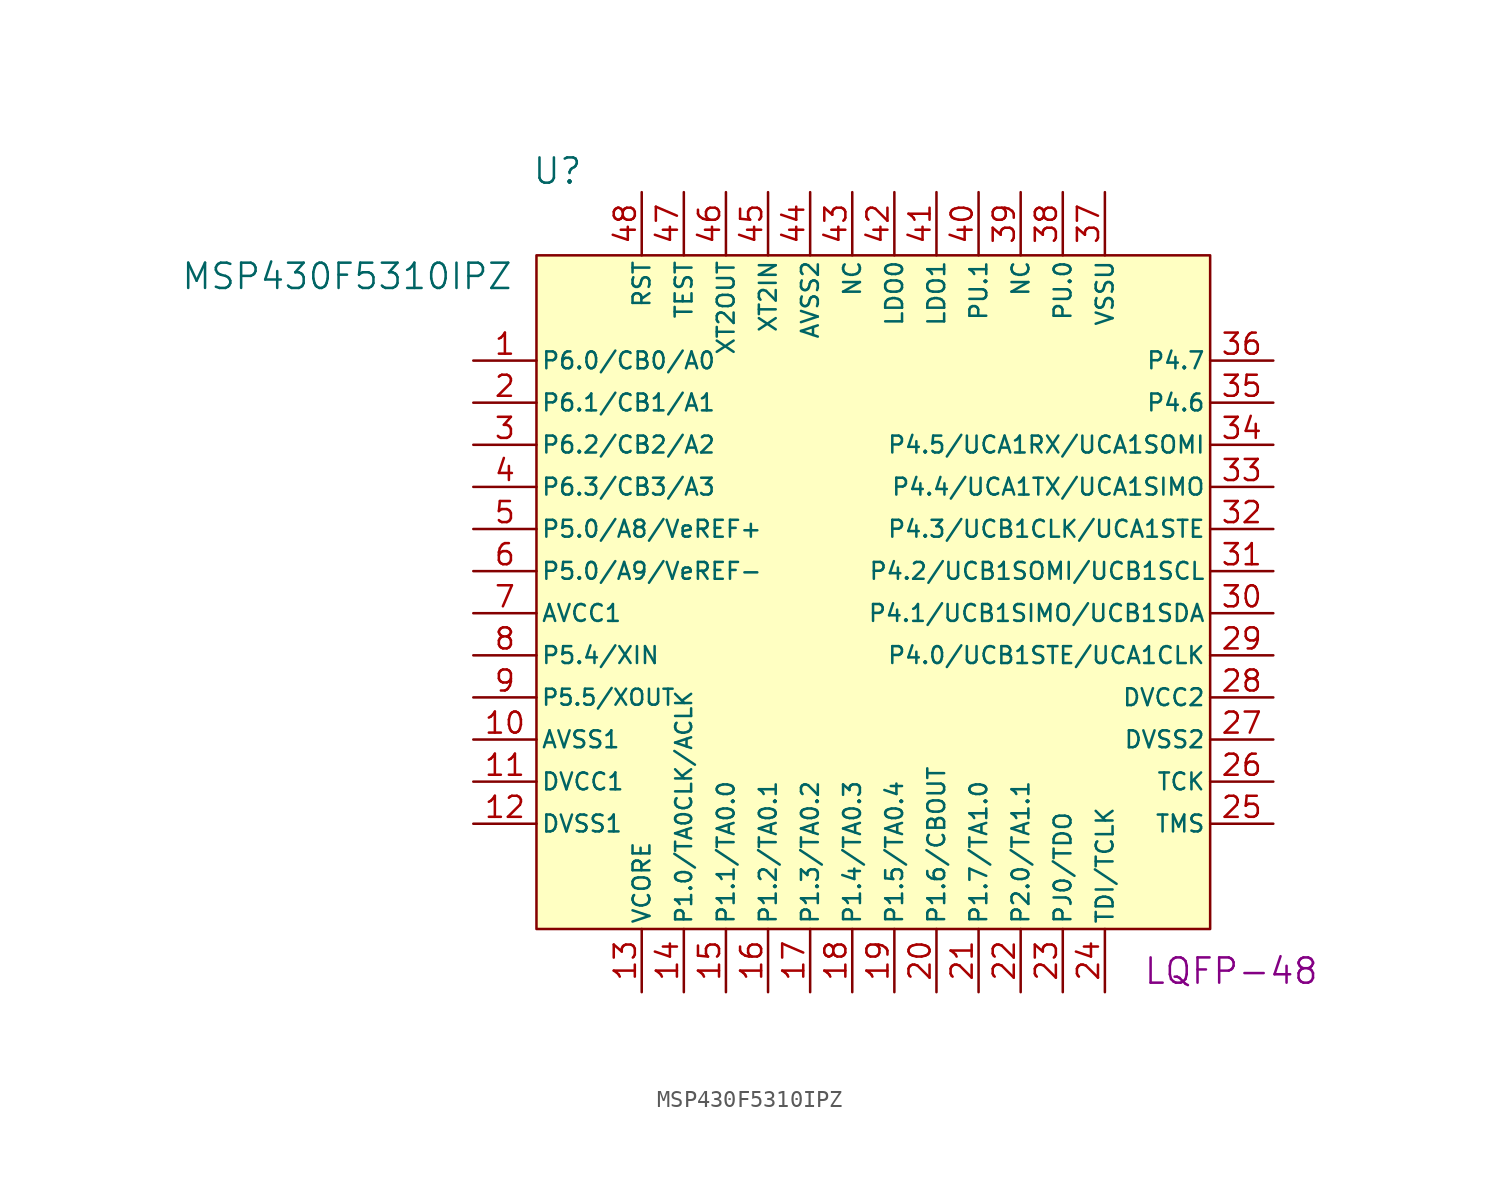
<source format=kicad_sym>
(kicad_symbol_lib
  (version 20220914)
  (generator kicad_symbol_editor)
  (symbol "MSP430F5310IPZ"
    (pin_names
      (offset 0.254))
    (property "Reference" "U"
      (at -19.05 25.4 0)
      (effects (font (size 1.524 1.524))))
    (property "Value" "MSP430F5310IPZ"
      (at -31.75 19.05 0)
      (effects (font (size 1.524 1.524))))
    (property "Footprint" "LQFP-48"
      (at 21.59 -22.86 0)
      (effects (font (size 1.524 1.524))))
    (property "Datasheet" ""
      (at 0 0 0)
      (effects (font (size 1.524 1.524))))
    (symbol "MSP430F5310IPZ_0_1"
      (rectangle (start -20.32 20.32) (end 20.32 -20.32) (stroke (width 0) (type default)) (fill (type background))))
    (symbol "MSP430F5310IPZ_1_1"
      (pin input line (at -24.13 13.97 0) (length 3.81) (name "P6.0/CB0/A0" (effects (font (size 1.016 1.016)))) (number "1" (effects (font (size 1.27 1.27)))))
      (pin input line (at -24.13 -8.89 0) (length 3.81) (name "AVSS1" (effects (font (size 1.016 1.016)))) (number "10" (effects (font (size 1.27 1.27)))))
      (pin input line (at -24.13 -11.43 0) (length 3.81) (name "DVCC1" (effects (font (size 1.016 1.016)))) (number "11" (effects (font (size 1.27 1.27)))))
      (pin input line (at -24.13 -13.97 0) (length 3.81) (name "DVSS1" (effects (font (size 1.016 1.016)))) (number "12" (effects (font (size 1.27 1.27)))))
      (pin input line (at -13.97 -24.13 90) (length 3.81) (name "VCORE" (effects (font (size 1.016 1.016)))) (number "13" (effects (font (size 1.27 1.27)))))
      (pin input line (at -11.43 -24.13 90) (length 3.81) (name "P1.0/TA0CLK/ACLK" (effects (font (size 0.965 0.965)))) (number "14" (effects (font (size 1.27 1.27)))))
      (pin input line (at -8.89 -24.13 90) (length 3.81) (name "P1.1/TA0.0" (effects (font (size 1.016 1.016)))) (number "15" (effects (font (size 1.27 1.27)))))
      (pin input line (at -6.35 -24.13 90) (length 3.81) (name "P1.2/TA0.1" (effects (font (size 1.016 1.016)))) (number "16" (effects (font (size 1.27 1.27)))))
      (pin input line (at -3.81 -24.13 90) (length 3.81) (name "P1.3/TA0.2" (effects (font (size 1.016 1.016)))) (number "17" (effects (font (size 1.27 1.27)))))
      (pin input line (at -1.27 -24.13 90) (length 3.81) (name "P1.4/TA0.3" (effects (font (size 1.016 1.016)))) (number "18" (effects (font (size 1.27 1.27)))))
      (pin input line (at 1.27 -24.13 90) (length 3.81) (name "P1.5/TA0.4" (effects (font (size 1.016 1.016)))) (number "19" (effects (font (size 1.27 1.27)))))
      (pin input line (at -24.13 11.43 0) (length 3.81) (name "P6.1/CB1/A1" (effects (font (size 1.016 1.016)))) (number "2" (effects (font (size 1.27 1.27)))))
      (pin input line (at 3.81 -24.13 90) (length 3.81) (name "P1.6/CBOUT" (effects (font (size 1.016 1.016)))) (number "20" (effects (font (size 1.27 1.27)))))
      (pin input line (at 6.35 -24.13 90) (length 3.81) (name "P1.7/TA1.0" (effects (font (size 1.016 1.016)))) (number "21" (effects (font (size 1.27 1.27)))))
      (pin input line (at 8.89 -24.13 90) (length 3.81) (name "P2.0/TA1.1" (effects (font (size 1.016 1.016)))) (number "22" (effects (font (size 1.27 1.27)))))
      (pin input line (at 11.43 -24.13 90) (length 3.81) (name "PJ0/TDO" (effects (font (size 1.016 1.016)))) (number "23" (effects (font (size 1.27 1.27)))))
      (pin input line (at 13.97 -24.13 90) (length 3.81) (name "TDI/TCLK" (effects (font (size 1.016 1.016)))) (number "24" (effects (font (size 1.27 1.27)))))
      (pin input line (at 24.13 -13.97 180) (length 3.81) (name "TMS" (effects (font (size 1.016 1.016)))) (number "25" (effects (font (size 1.27 1.27)))))
      (pin input line (at 24.13 -11.43 180) (length 3.81) (name "TCK" (effects (font (size 1.016 1.016)))) (number "26" (effects (font (size 1.27 1.27)))))
      (pin input line (at 24.13 -8.89 180) (length 3.81) (name "DVSS2" (effects (font (size 1.016 1.016)))) (number "27" (effects (font (size 1.27 1.27)))))
      (pin input line (at 24.13 -6.35 180) (length 3.81) (name "DVCC2" (effects (font (size 1.016 1.016)))) (number "28" (effects (font (size 1.27 1.27)))))
      (pin input line (at 24.13 -3.81 180) (length 3.81) (name "P4.0/UCB1STE/UCA1CLK" (effects (font (size 1.016 1.016)))) (number "29" (effects (font (size 1.27 1.27)))))
      (pin input line (at -24.13 8.89 0) (length 3.81) (name "P6.2/CB2/A2" (effects (font (size 1.016 1.016)))) (number "3" (effects (font (size 1.27 1.27)))))
      (pin input line (at 24.13 -1.27 180) (length 3.81) (name "P4.1/UCB1SIMO/UCB1SDA" (effects (font (size 1.016 1.016)))) (number "30" (effects (font (size 1.27 1.27)))))
      (pin input line (at 24.13 1.27 180) (length 3.81) (name "P4.2/UCB1SOMI/UCB1SCL" (effects (font (size 1.016 1.016)))) (number "31" (effects (font (size 1.27 1.27)))))
      (pin input line (at 24.13 3.81 180) (length 3.81) (name "P4.3/UCB1CLK/UCA1STE" (effects (font (size 1.016 1.016)))) (number "32" (effects (font (size 1.27 1.27)))))
      (pin input line (at 24.13 6.35 180) (length 3.81) (name "P4.4/UCA1TX/UCA1SIMO" (effects (font (size 1.016 1.016)))) (number "33" (effects (font (size 1.27 1.27)))))
      (pin input line (at 24.13 8.89 180) (length 3.81) (name "P4.5/UCA1RX/UCA1SOMI" (effects (font (size 1.016 1.016)))) (number "34" (effects (font (size 1.27 1.27)))))
      (pin input line (at 24.13 11.43 180) (length 3.81) (name "P4.6" (effects (font (size 1.016 1.016)))) (number "35" (effects (font (size 1.27 1.27)))))
      (pin input line (at 24.13 13.97 180) (length 3.81) (name "P4.7" (effects (font (size 1.016 1.016)))) (number "36" (effects (font (size 1.27 1.27)))))
      (pin input line (at 13.97 24.13 270) (length 3.81) (name "VSSU" (effects (font (size 1.016 1.016)))) (number "37" (effects (font (size 1.27 1.27)))))
      (pin input line (at 11.43 24.13 270) (length 3.81) (name "PU.0" (effects (font (size 1.016 1.016)))) (number "38" (effects (font (size 1.27 1.27)))))
      (pin input line (at 8.89 24.13 270) (length 3.81) (name "NC" (effects (font (size 1.016 1.016)))) (number "39" (effects (font (size 1.27 1.27)))))
      (pin input line (at -24.13 6.35 0) (length 3.81) (name "P6.3/CB3/A3" (effects (font (size 1.016 1.016)))) (number "4" (effects (font (size 1.27 1.27)))))
      (pin input line (at 6.35 24.13 270) (length 3.81) (name "PU.1" (effects (font (size 1.016 1.016)))) (number "40" (effects (font (size 1.27 1.27)))))
      (pin input line (at 3.81 24.13 270) (length 3.81) (name "LDO1" (effects (font (size 1.016 1.016)))) (number "41" (effects (font (size 1.27 1.27)))))
      (pin input line (at 1.27 24.13 270) (length 3.81) (name "LDO0" (effects (font (size 1.016 1.016)))) (number "42" (effects (font (size 1.27 1.27)))))
      (pin input line (at -1.27 24.13 270) (length 3.81) (name "NC" (effects (font (size 1.016 1.016)))) (number "43" (effects (font (size 1.27 1.27)))))
      (pin input line (at -3.81 24.13 270) (length 3.81) (name "AVSS2" (effects (font (size 1.016 1.016)))) (number "44" (effects (font (size 1.27 1.27)))))
      (pin input line (at -6.35 24.13 270) (length 3.81) (name "XT2IN" (effects (font (size 1.016 1.016)))) (number "45" (effects (font (size 1.27 1.27)))))
      (pin input line (at -8.89 24.13 270) (length 3.81) (name "XT2OUT" (effects (font (size 1.016 1.016)))) (number "46" (effects (font (size 1.27 1.27)))))
      (pin input line (at -11.43 24.13 270) (length 3.81) (name "TEST" (effects (font (size 1.016 1.016)))) (number "47" (effects (font (size 1.27 1.27)))))
      (pin input line (at -13.97 24.13 270) (length 3.81) (name "RST" (effects (font (size 1.016 1.016)))) (number "48" (effects (font (size 1.27 1.27)))))
      (pin input line (at -24.13 3.81 0) (length 3.81) (name "P5.0/A8/VeREF+" (effects (font (size 1.016 1.016)))) (number "5" (effects (font (size 1.27 1.27)))))
      (pin input line (at -24.13 1.27 0) (length 3.81) (name "P5.0/A9/VeREF-" (effects (font (size 1.016 1.016)))) (number "6" (effects (font (size 1.27 1.27)))))
      (pin input line (at -24.13 -1.27 0) (length 3.81) (name "AVCC1" (effects (font (size 1.016 1.016)))) (number "7" (effects (font (size 1.27 1.27)))))
      (pin input line (at -24.13 -3.81 0) (length 3.81) (name "P5.4/XIN" (effects (font (size 1.016 1.016)))) (number "8" (effects (font (size 1.27 1.27)))))
      (pin input line (at -24.13 -6.35 0) (length 3.81) (name "P5.5/XOUT" (effects (font (size 0.965 0.965)))) (number "9" (effects (font (size 1.27 1.27))))))))
</source>
